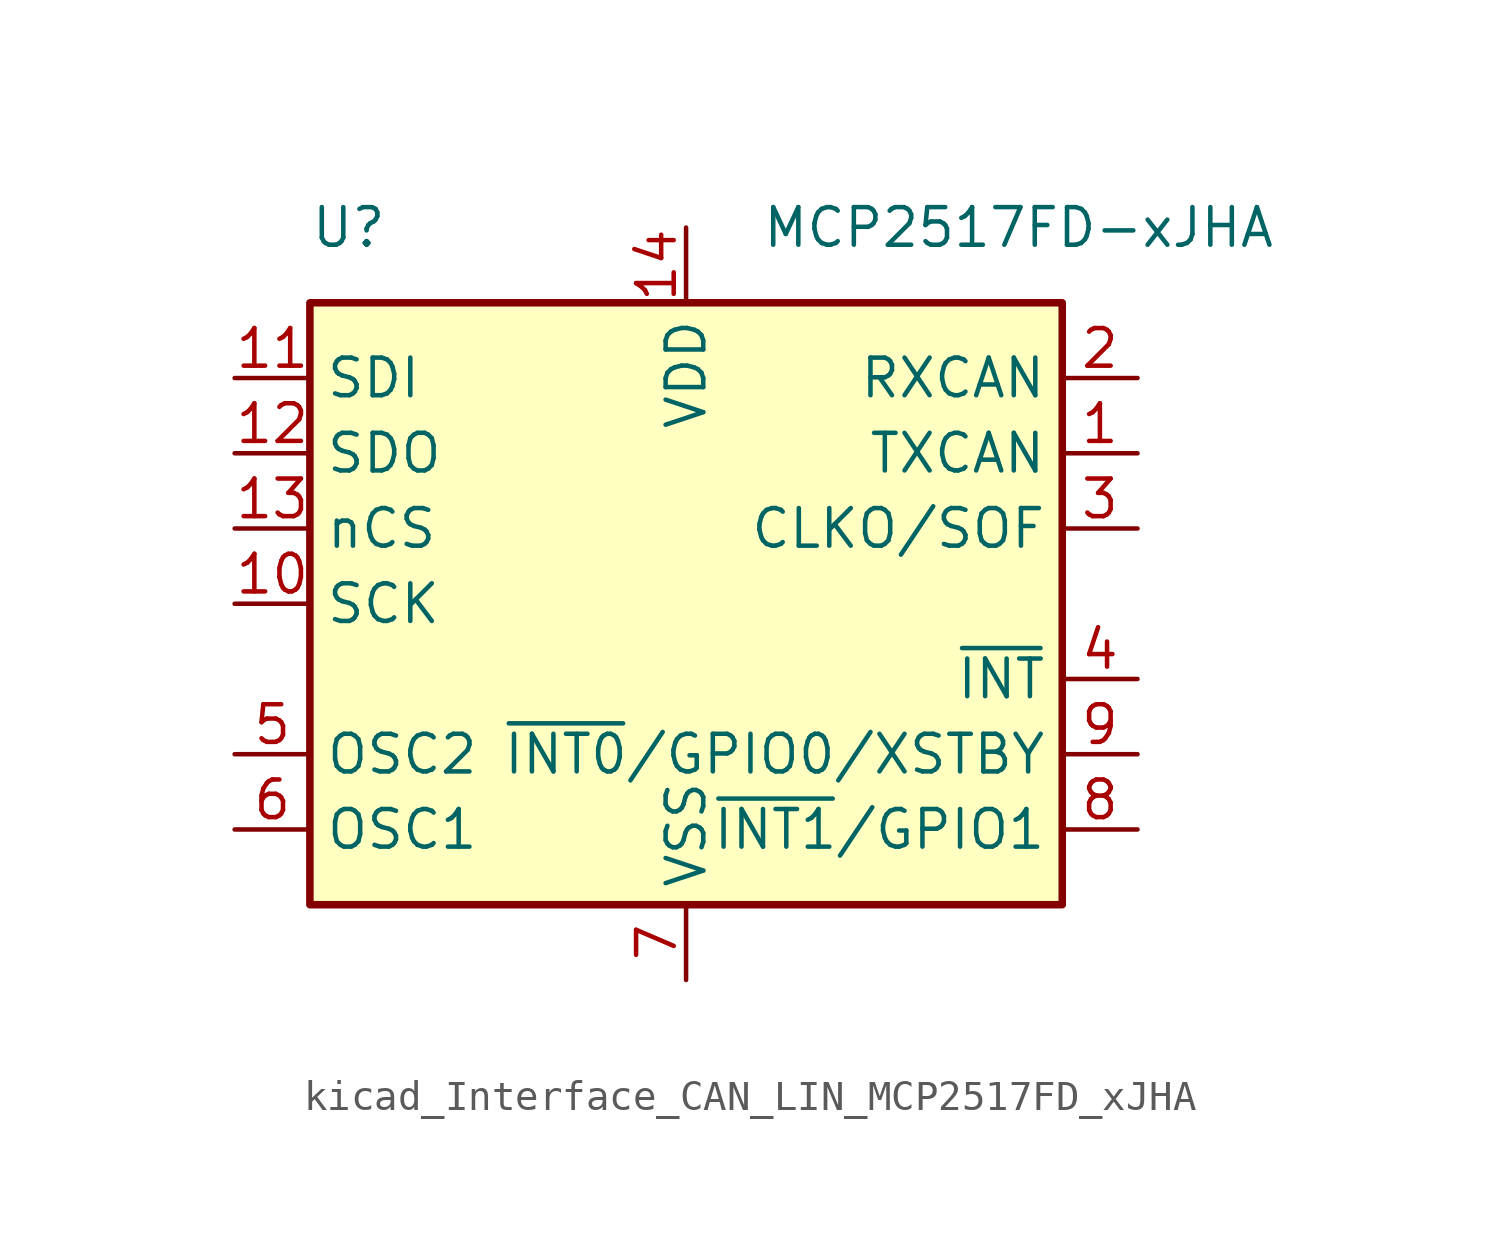
<source format=kicad_sym>
(kicad_symbol_lib
  (version 20220914)
  (generator kicad_symbol_editor)
  (symbol "kicad_Interface_CAN_LIN_MCP2517FD_xJHA"
    (property "Reference" "U"
      (at -12.7 12.7 0)
      (effects (font (size 1.27 1.27)) (justify left)))
    (property "Value" "MCP2517FD-xJHA"
      (at 2.54 12.7 0)
      (effects (font (size 1.27 1.27)) (justify left)))
    (symbol "kicad_Interface_CAN_LIN_MCP2517FD_xJHA_0_1"
      (rectangle (start -12.7 10.16) (end 12.7 -10.16) (stroke (width 0.254) (type default)) (fill (type background))))
    (symbol "kicad_Interface_CAN_LIN_MCP2517FD_xJHA_1_1"
      (pin output line (at 15.24 5.08 180) (length 2.54) (name "TXCAN" (effects (font (size 1.27 1.27)))) (number "1" (effects (font (size 1.27 1.27)))))
      (pin input line (at -15.24 0 0) (length 2.54) (name "SCK" (effects (font (size 1.27 1.27)))) (number "10" (effects (font (size 1.27 1.27)))))
      (pin input line (at -15.24 7.62 0) (length 2.54) (name "SDI" (effects (font (size 1.27 1.27)))) (number "11" (effects (font (size 1.27 1.27)))))
      (pin output line (at -15.24 5.08 0) (length 2.54) (name "SDO" (effects (font (size 1.27 1.27)))) (number "12" (effects (font (size 1.27 1.27)))))
      (pin input line (at -15.24 2.54 0) (length 2.54) (name "nCS" (effects (font (size 1.27 1.27)))) (number "13" (effects (font (size 1.27 1.27)))))
      (pin power_in line (at 0 12.7 270) (length 2.54) (name "VDD" (effects (font (size 1.27 1.27)))) (number "14" (effects (font (size 1.27 1.27)))))
      (pin passive line (at 0 -12.7 90) (length 2.54) hide (name "VSS" (effects (font (size 1.27 1.27)))) (number "15" (effects (font (size 1.27 1.27)))))
      (pin input line (at 15.24 7.62 180) (length 2.54) (name "RXCAN" (effects (font (size 1.27 1.27)))) (number "2" (effects (font (size 1.27 1.27)))))
      (pin output line (at 15.24 2.54 180) (length 2.54) (name "CLKO/SOF" (effects (font (size 1.27 1.27)))) (number "3" (effects (font (size 1.27 1.27)))))
      (pin output line (at 15.24 -2.54 180) (length 2.54) (name "~{INT}" (effects (font (size 1.27 1.27)))) (number "4" (effects (font (size 1.27 1.27)))))
      (pin output line (at -15.24 -5.08 0) (length 2.54) (name "OSC2" (effects (font (size 1.27 1.27)))) (number "5" (effects (font (size 1.27 1.27)))))
      (pin input line (at -15.24 -7.62 0) (length 2.54) (name "OSC1" (effects (font (size 1.27 1.27)))) (number "6" (effects (font (size 1.27 1.27)))))
      (pin power_in line (at 0 -12.7 90) (length 2.54) (name "VSS" (effects (font (size 1.27 1.27)))) (number "7" (effects (font (size 1.27 1.27)))))
      (pin bidirectional line (at 15.24 -7.62 180) (length 2.54) (name "~{INT1}/GPIO1" (effects (font (size 1.27 1.27)))) (number "8" (effects (font (size 1.27 1.27)))))
      (pin bidirectional line (at 15.24 -5.08 180) (length 2.54) (name "~{INT0}/GPIO0/XSTBY" (effects (font (size 1.27 1.27)))) (number "9" (effects (font (size 1.27 1.27))))))))
</source>
